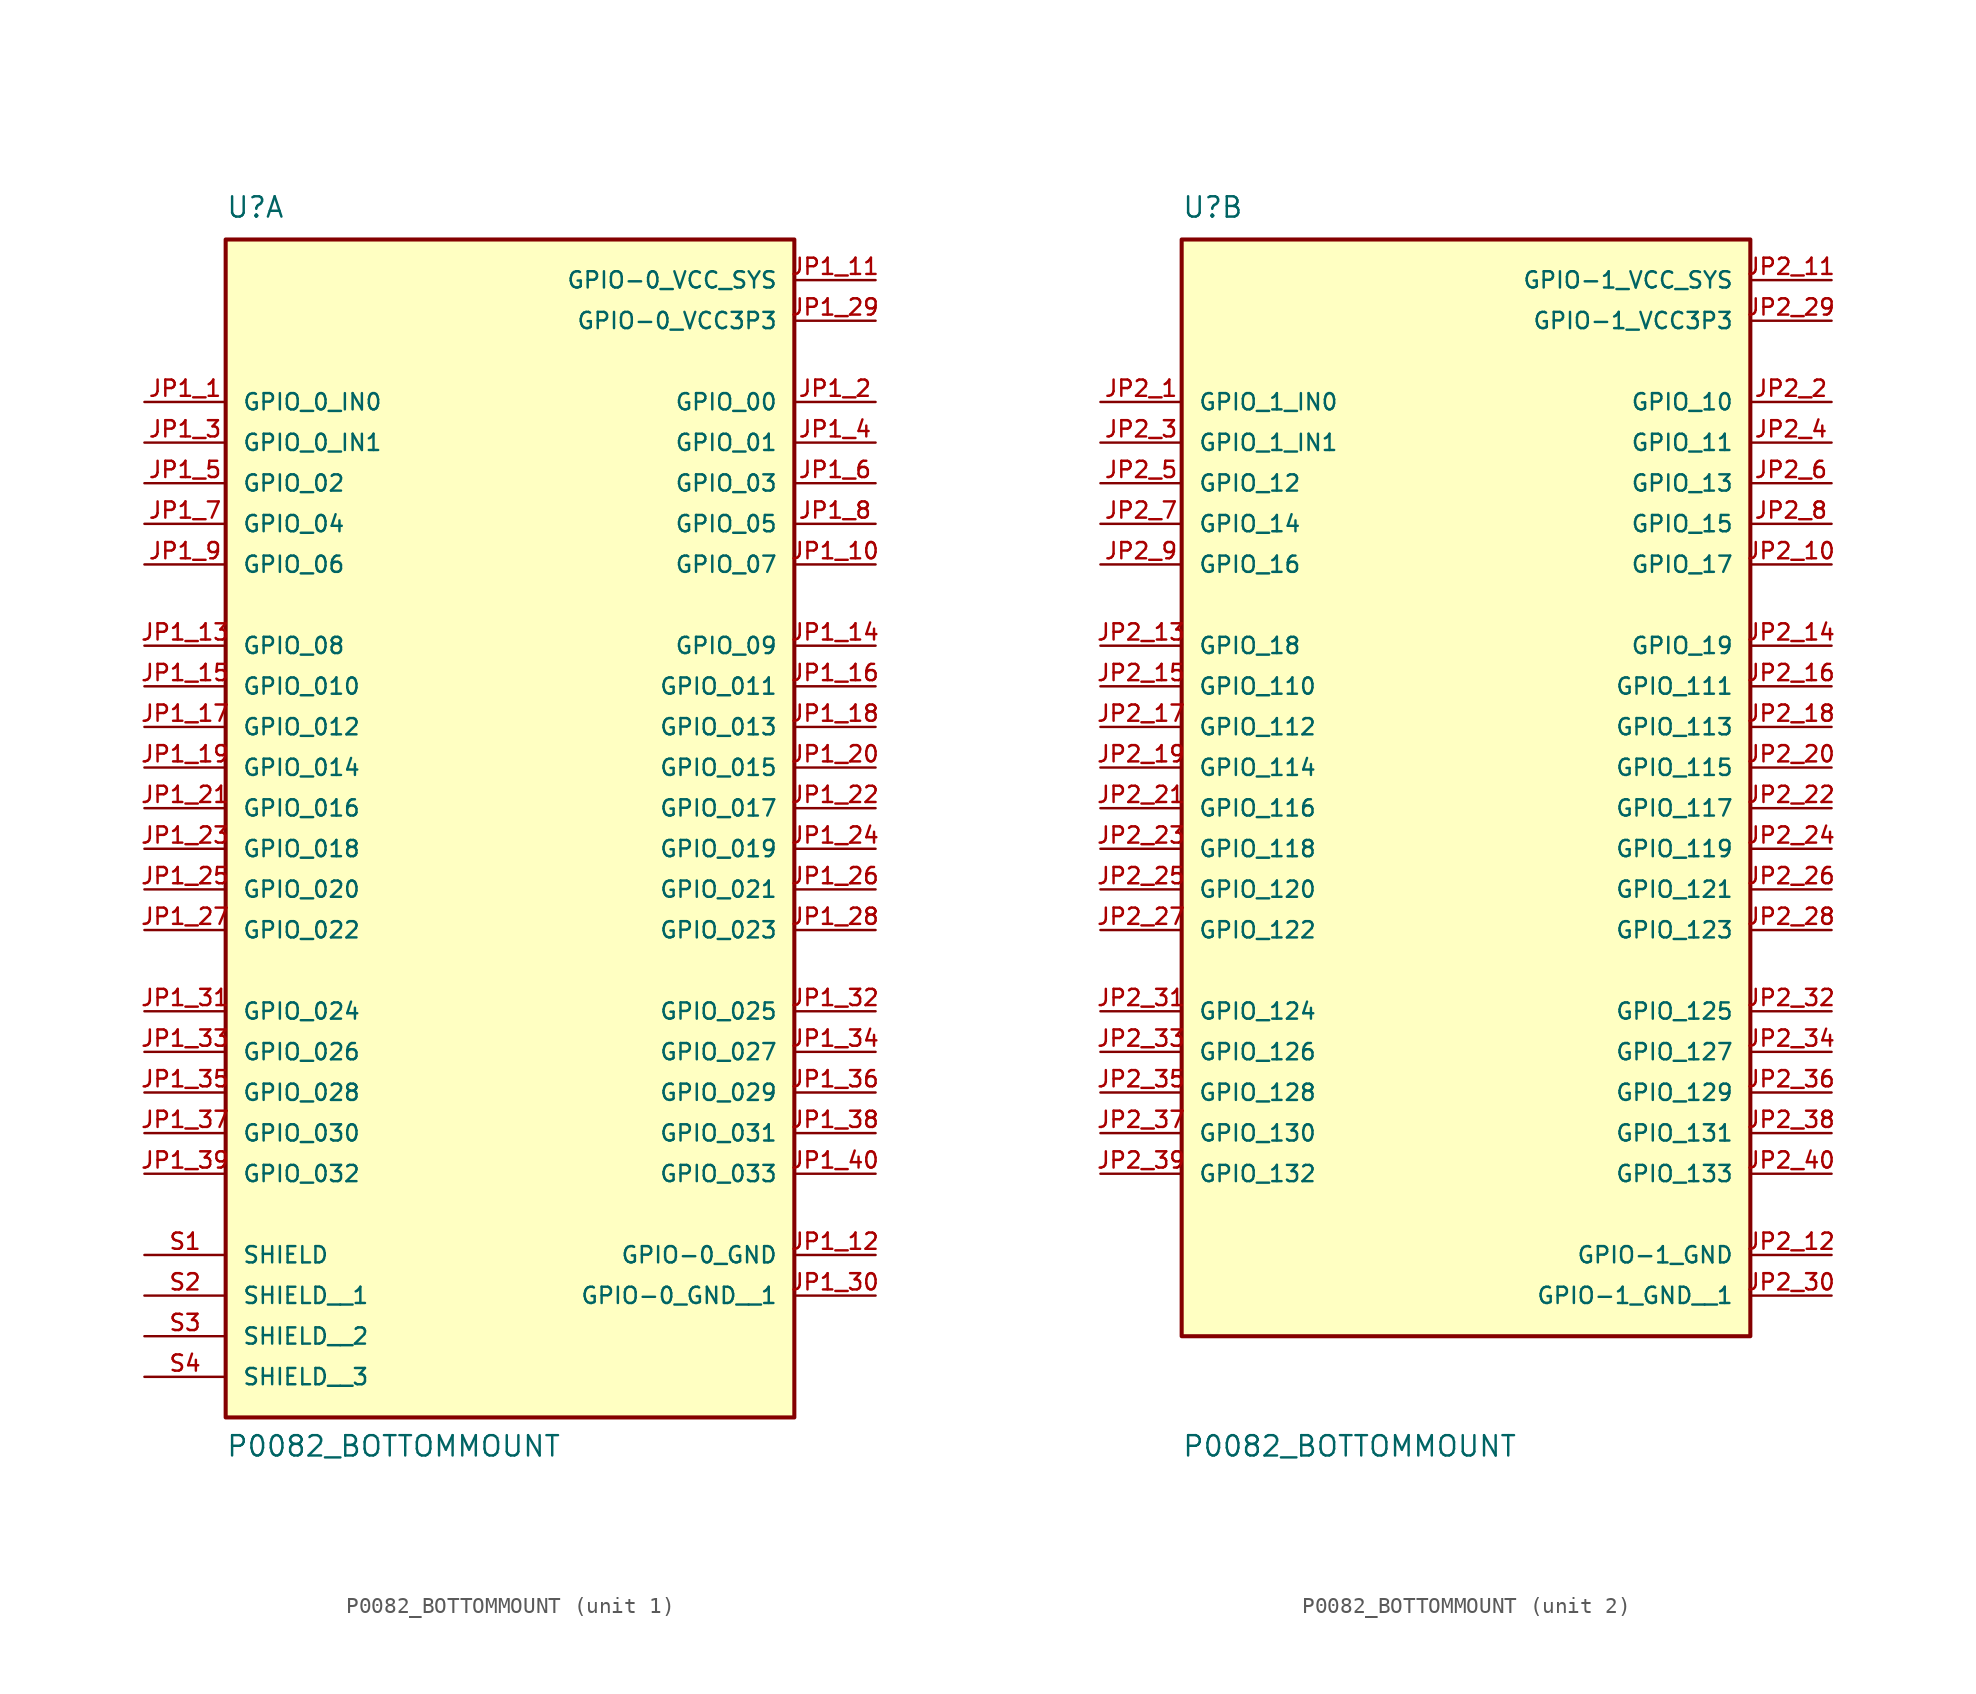
<source format=kicad_sym>
(kicad_symbol_lib
  (version 20211014)
  (generator kicad_symbol_editor)
  (symbol "P0082_BOTTOMMOUNT"
    (pin_names
      (offset 1.016))
    (property "Reference" "U"
      (at -17.78 34.29 0)
      (effects (font (size 1.27 1.27)) (justify bottom left)))
    (property "Value" "P0082_BOTTOMMOUNT"
      (at -17.78 -43.18 0)
      (effects (font (size 1.27 1.27)) (justify bottom left)))
    (symbol "P0082_BOTTOMMOUNT_1_0"
      (rectangle (start -17.78 -40.64) (end 17.78 33.02) (stroke (width 0.254)) (fill (type background)))
      (pin bidirectional line (at -22.86 22.86 0) (length 5.08) (name "GPIO_0_IN0" (effects (font (size 1.016 1.016)))) (number "JP1_1" (effects (font (size 1.016 1.016)))))
      (pin bidirectional line (at 22.86 22.86 180.0) (length 5.08) (name "GPIO_00" (effects (font (size 1.016 1.016)))) (number "JP1_2" (effects (font (size 1.016 1.016)))))
      (pin bidirectional line (at -22.86 20.32 0) (length 5.08) (name "GPIO_0_IN1" (effects (font (size 1.016 1.016)))) (number "JP1_3" (effects (font (size 1.016 1.016)))))
      (pin bidirectional line (at 22.86 20.32 180.0) (length 5.08) (name "GPIO_01" (effects (font (size 1.016 1.016)))) (number "JP1_4" (effects (font (size 1.016 1.016)))))
      (pin bidirectional line (at -22.86 17.78 0) (length 5.08) (name "GPIO_02" (effects (font (size 1.016 1.016)))) (number "JP1_5" (effects (font (size 1.016 1.016)))))
      (pin bidirectional line (at 22.86 17.78 180.0) (length 5.08) (name "GPIO_03" (effects (font (size 1.016 1.016)))) (number "JP1_6" (effects (font (size 1.016 1.016)))))
      (pin bidirectional line (at -22.86 15.24 0) (length 5.08) (name "GPIO_04" (effects (font (size 1.016 1.016)))) (number "JP1_7" (effects (font (size 1.016 1.016)))))
      (pin bidirectional line (at 22.86 15.24 180.0) (length 5.08) (name "GPIO_05" (effects (font (size 1.016 1.016)))) (number "JP1_8" (effects (font (size 1.016 1.016)))))
      (pin bidirectional line (at -22.86 12.7 0) (length 5.08) (name "GPIO_06" (effects (font (size 1.016 1.016)))) (number "JP1_9" (effects (font (size 1.016 1.016)))))
      (pin bidirectional line (at 22.86 12.7 180.0) (length 5.08) (name "GPIO_07" (effects (font (size 1.016 1.016)))) (number "JP1_10" (effects (font (size 1.016 1.016)))))
      (pin bidirectional line (at -22.86 7.62 0) (length 5.08) (name "GPIO_08" (effects (font (size 1.016 1.016)))) (number "JP1_13" (effects (font (size 1.016 1.016)))))
      (pin bidirectional line (at 22.86 7.62 180.0) (length 5.08) (name "GPIO_09" (effects (font (size 1.016 1.016)))) (number "JP1_14" (effects (font (size 1.016 1.016)))))
      (pin bidirectional line (at -22.86 5.08 0) (length 5.08) (name "GPIO_010" (effects (font (size 1.016 1.016)))) (number "JP1_15" (effects (font (size 1.016 1.016)))))
      (pin power_in line (at 22.86 30.48 180.0) (length 5.08) (name "GPIO-0_VCC_SYS" (effects (font (size 1.016 1.016)))) (number "JP1_11" (effects (font (size 1.016 1.016)))))
      (pin power_in line (at 22.86 27.94 180.0) (length 5.08) (name "GPIO-0_VCC3P3" (effects (font (size 1.016 1.016)))) (number "JP1_29" (effects (font (size 1.016 1.016)))))
      (pin power_in line (at 22.86 -30.48 180.0) (length 5.08) (name "GPIO-0_GND" (effects (font (size 1.016 1.016)))) (number "JP1_12" (effects (font (size 1.016 1.016)))))
      (pin bidirectional line (at 22.86 5.08 180.0) (length 5.08) (name "GPIO_011" (effects (font (size 1.016 1.016)))) (number "JP1_16" (effects (font (size 1.016 1.016)))))
      (pin bidirectional line (at -22.86 2.54 0) (length 5.08) (name "GPIO_012" (effects (font (size 1.016 1.016)))) (number "JP1_17" (effects (font (size 1.016 1.016)))))
      (pin bidirectional line (at 22.86 2.54 180.0) (length 5.08) (name "GPIO_013" (effects (font (size 1.016 1.016)))) (number "JP1_18" (effects (font (size 1.016 1.016)))))
      (pin bidirectional line (at -22.86 0.0 0) (length 5.08) (name "GPIO_014" (effects (font (size 1.016 1.016)))) (number "JP1_19" (effects (font (size 1.016 1.016)))))
      (pin bidirectional line (at 22.86 0.0 180.0) (length 5.08) (name "GPIO_015" (effects (font (size 1.016 1.016)))) (number "JP1_20" (effects (font (size 1.016 1.016)))))
      (pin bidirectional line (at -22.86 -2.54 0) (length 5.08) (name "GPIO_016" (effects (font (size 1.016 1.016)))) (number "JP1_21" (effects (font (size 1.016 1.016)))))
      (pin bidirectional line (at 22.86 -2.54 180.0) (length 5.08) (name "GPIO_017" (effects (font (size 1.016 1.016)))) (number "JP1_22" (effects (font (size 1.016 1.016)))))
      (pin bidirectional line (at -22.86 -5.08 0) (length 5.08) (name "GPIO_018" (effects (font (size 1.016 1.016)))) (number "JP1_23" (effects (font (size 1.016 1.016)))))
      (pin bidirectional line (at 22.86 -5.08 180.0) (length 5.08) (name "GPIO_019" (effects (font (size 1.016 1.016)))) (number "JP1_24" (effects (font (size 1.016 1.016)))))
      (pin bidirectional line (at -22.86 -7.62 0) (length 5.08) (name "GPIO_020" (effects (font (size 1.016 1.016)))) (number "JP1_25" (effects (font (size 1.016 1.016)))))
      (pin bidirectional line (at 22.86 -7.62 180.0) (length 5.08) (name "GPIO_021" (effects (font (size 1.016 1.016)))) (number "JP1_26" (effects (font (size 1.016 1.016)))))
      (pin bidirectional line (at -22.86 -10.16 0) (length 5.08) (name "GPIO_022" (effects (font (size 1.016 1.016)))) (number "JP1_27" (effects (font (size 1.016 1.016)))))
      (pin bidirectional line (at 22.86 -10.16 180.0) (length 5.08) (name "GPIO_023" (effects (font (size 1.016 1.016)))) (number "JP1_28" (effects (font (size 1.016 1.016)))))
      (pin bidirectional line (at -22.86 -15.24 0) (length 5.08) (name "GPIO_024" (effects (font (size 1.016 1.016)))) (number "JP1_31" (effects (font (size 1.016 1.016)))))
      (pin bidirectional line (at 22.86 -15.24 180.0) (length 5.08) (name "GPIO_025" (effects (font (size 1.016 1.016)))) (number "JP1_32" (effects (font (size 1.016 1.016)))))
      (pin bidirectional line (at -22.86 -17.78 0) (length 5.08) (name "GPIO_026" (effects (font (size 1.016 1.016)))) (number "JP1_33" (effects (font (size 1.016 1.016)))))
      (pin bidirectional line (at 22.86 -17.78 180.0) (length 5.08) (name "GPIO_027" (effects (font (size 1.016 1.016)))) (number "JP1_34" (effects (font (size 1.016 1.016)))))
      (pin bidirectional line (at -22.86 -20.32 0) (length 5.08) (name "GPIO_028" (effects (font (size 1.016 1.016)))) (number "JP1_35" (effects (font (size 1.016 1.016)))))
      (pin bidirectional line (at 22.86 -20.32 180.0) (length 5.08) (name "GPIO_029" (effects (font (size 1.016 1.016)))) (number "JP1_36" (effects (font (size 1.016 1.016)))))
      (pin bidirectional line (at -22.86 -22.86 0) (length 5.08) (name "GPIO_030" (effects (font (size 1.016 1.016)))) (number "JP1_37" (effects (font (size 1.016 1.016)))))
      (pin bidirectional line (at 22.86 -22.86 180.0) (length 5.08) (name "GPIO_031" (effects (font (size 1.016 1.016)))) (number "JP1_38" (effects (font (size 1.016 1.016)))))
      (pin bidirectional line (at -22.86 -25.4 0) (length 5.08) (name "GPIO_032" (effects (font (size 1.016 1.016)))) (number "JP1_39" (effects (font (size 1.016 1.016)))))
      (pin bidirectional line (at 22.86 -25.4 180.0) (length 5.08) (name "GPIO_033" (effects (font (size 1.016 1.016)))) (number "JP1_40" (effects (font (size 1.016 1.016)))))
      (pin passive line (at -22.86 -30.48 0) (length 5.08) (name "SHIELD" (effects (font (size 1.016 1.016)))) (number "S1" (effects (font (size 1.016 1.016)))))
      (pin passive line (at -22.86 -33.02 0) (length 5.08) (name "SHIELD__1" (effects (font (size 1.016 1.016)))) (number "S2" (effects (font (size 1.016 1.016)))))
      (pin passive line (at -22.86 -35.56 0) (length 5.08) (name "SHIELD__2" (effects (font (size 1.016 1.016)))) (number "S3" (effects (font (size 1.016 1.016)))))
      (pin passive line (at -22.86 -38.1 0) (length 5.08) (name "SHIELD__3" (effects (font (size 1.016 1.016)))) (number "S4" (effects (font (size 1.016 1.016)))))
      (pin power_in line (at 22.86 -33.02 180.0) (length 5.08) (name "GPIO-0_GND__1" (effects (font (size 1.016 1.016)))) (number "JP1_30" (effects (font (size 1.016 1.016))))))
    (symbol "P0082_BOTTOMMOUNT_2_0"
      (rectangle (start -17.78 -35.56) (end 17.78 33.02) (stroke (width 0.254)) (fill (type background)))
      (pin bidirectional line (at -22.86 22.86 0) (length 5.08) (name "GPIO_1_IN0" (effects (font (size 1.016 1.016)))) (number "JP2_1" (effects (font (size 1.016 1.016)))))
      (pin bidirectional line (at 22.86 22.86 180.0) (length 5.08) (name "GPIO_10" (effects (font (size 1.016 1.016)))) (number "JP2_2" (effects (font (size 1.016 1.016)))))
      (pin bidirectional line (at -22.86 20.32 0) (length 5.08) (name "GPIO_1_IN1" (effects (font (size 1.016 1.016)))) (number "JP2_3" (effects (font (size 1.016 1.016)))))
      (pin power_in line (at 22.86 30.48 180.0) (length 5.08) (name "GPIO-1_VCC_SYS" (effects (font (size 1.016 1.016)))) (number "JP2_11" (effects (font (size 1.016 1.016)))))
      (pin power_in line (at 22.86 27.94 180.0) (length 5.08) (name "GPIO-1_VCC3P3" (effects (font (size 1.016 1.016)))) (number "JP2_29" (effects (font (size 1.016 1.016)))))
      (pin power_in line (at 22.86 -30.48 180.0) (length 5.08) (name "GPIO-1_GND" (effects (font (size 1.016 1.016)))) (number "JP2_12" (effects (font (size 1.016 1.016)))))
      (pin bidirectional line (at 22.86 20.32 180.0) (length 5.08) (name "GPIO_11" (effects (font (size 1.016 1.016)))) (number "JP2_4" (effects (font (size 1.016 1.016)))))
      (pin bidirectional line (at -22.86 17.78 0) (length 5.08) (name "GPIO_12" (effects (font (size 1.016 1.016)))) (number "JP2_5" (effects (font (size 1.016 1.016)))))
      (pin bidirectional line (at 22.86 17.78 180.0) (length 5.08) (name "GPIO_13" (effects (font (size 1.016 1.016)))) (number "JP2_6" (effects (font (size 1.016 1.016)))))
      (pin bidirectional line (at -22.86 15.24 0) (length 5.08) (name "GPIO_14" (effects (font (size 1.016 1.016)))) (number "JP2_7" (effects (font (size 1.016 1.016)))))
      (pin bidirectional line (at 22.86 15.24 180.0) (length 5.08) (name "GPIO_15" (effects (font (size 1.016 1.016)))) (number "JP2_8" (effects (font (size 1.016 1.016)))))
      (pin bidirectional line (at -22.86 12.7 0) (length 5.08) (name "GPIO_16" (effects (font (size 1.016 1.016)))) (number "JP2_9" (effects (font (size 1.016 1.016)))))
      (pin bidirectional line (at 22.86 12.7 180.0) (length 5.08) (name "GPIO_17" (effects (font (size 1.016 1.016)))) (number "JP2_10" (effects (font (size 1.016 1.016)))))
      (pin bidirectional line (at -22.86 7.62 0) (length 5.08) (name "GPIO_18" (effects (font (size 1.016 1.016)))) (number "JP2_13" (effects (font (size 1.016 1.016)))))
      (pin bidirectional line (at 22.86 7.62 180.0) (length 5.08) (name "GPIO_19" (effects (font (size 1.016 1.016)))) (number "JP2_14" (effects (font (size 1.016 1.016)))))
      (pin bidirectional line (at -22.86 5.08 0) (length 5.08) (name "GPIO_110" (effects (font (size 1.016 1.016)))) (number "JP2_15" (effects (font (size 1.016 1.016)))))
      (pin bidirectional line (at 22.86 5.08 180.0) (length 5.08) (name "GPIO_111" (effects (font (size 1.016 1.016)))) (number "JP2_16" (effects (font (size 1.016 1.016)))))
      (pin bidirectional line (at -22.86 2.54 0) (length 5.08) (name "GPIO_112" (effects (font (size 1.016 1.016)))) (number "JP2_17" (effects (font (size 1.016 1.016)))))
      (pin bidirectional line (at 22.86 2.54 180.0) (length 5.08) (name "GPIO_113" (effects (font (size 1.016 1.016)))) (number "JP2_18" (effects (font (size 1.016 1.016)))))
      (pin bidirectional line (at -22.86 0.0 0) (length 5.08) (name "GPIO_114" (effects (font (size 1.016 1.016)))) (number "JP2_19" (effects (font (size 1.016 1.016)))))
      (pin bidirectional line (at 22.86 0.0 180.0) (length 5.08) (name "GPIO_115" (effects (font (size 1.016 1.016)))) (number "JP2_20" (effects (font (size 1.016 1.016)))))
      (pin bidirectional line (at -22.86 -2.54 0) (length 5.08) (name "GPIO_116" (effects (font (size 1.016 1.016)))) (number "JP2_21" (effects (font (size 1.016 1.016)))))
      (pin bidirectional line (at 22.86 -2.54 180.0) (length 5.08) (name "GPIO_117" (effects (font (size 1.016 1.016)))) (number "JP2_22" (effects (font (size 1.016 1.016)))))
      (pin bidirectional line (at -22.86 -5.08 0) (length 5.08) (name "GPIO_118" (effects (font (size 1.016 1.016)))) (number "JP2_23" (effects (font (size 1.016 1.016)))))
      (pin bidirectional line (at 22.86 -5.08 180.0) (length 5.08) (name "GPIO_119" (effects (font (size 1.016 1.016)))) (number "JP2_24" (effects (font (size 1.016 1.016)))))
      (pin bidirectional line (at -22.86 -7.62 0) (length 5.08) (name "GPIO_120" (effects (font (size 1.016 1.016)))) (number "JP2_25" (effects (font (size 1.016 1.016)))))
      (pin bidirectional line (at 22.86 -7.62 180.0) (length 5.08) (name "GPIO_121" (effects (font (size 1.016 1.016)))) (number "JP2_26" (effects (font (size 1.016 1.016)))))
      (pin bidirectional line (at -22.86 -10.16 0) (length 5.08) (name "GPIO_122" (effects (font (size 1.016 1.016)))) (number "JP2_27" (effects (font (size 1.016 1.016)))))
      (pin bidirectional line (at 22.86 -10.16 180.0) (length 5.08) (name "GPIO_123" (effects (font (size 1.016 1.016)))) (number "JP2_28" (effects (font (size 1.016 1.016)))))
      (pin bidirectional line (at -22.86 -15.24 0) (length 5.08) (name "GPIO_124" (effects (font (size 1.016 1.016)))) (number "JP2_31" (effects (font (size 1.016 1.016)))))
      (pin bidirectional line (at 22.86 -15.24 180.0) (length 5.08) (name "GPIO_125" (effects (font (size 1.016 1.016)))) (number "JP2_32" (effects (font (size 1.016 1.016)))))
      (pin bidirectional line (at -22.86 -17.78 0) (length 5.08) (name "GPIO_126" (effects (font (size 1.016 1.016)))) (number "JP2_33" (effects (font (size 1.016 1.016)))))
      (pin bidirectional line (at 22.86 -17.78 180.0) (length 5.08) (name "GPIO_127" (effects (font (size 1.016 1.016)))) (number "JP2_34" (effects (font (size 1.016 1.016)))))
      (pin bidirectional line (at -22.86 -20.32 0) (length 5.08) (name "GPIO_128" (effects (font (size 1.016 1.016)))) (number "JP2_35" (effects (font (size 1.016 1.016)))))
      (pin bidirectional line (at 22.86 -20.32 180.0) (length 5.08) (name "GPIO_129" (effects (font (size 1.016 1.016)))) (number "JP2_36" (effects (font (size 1.016 1.016)))))
      (pin bidirectional line (at -22.86 -22.86 0) (length 5.08) (name "GPIO_130" (effects (font (size 1.016 1.016)))) (number "JP2_37" (effects (font (size 1.016 1.016)))))
      (pin bidirectional line (at 22.86 -22.86 180.0) (length 5.08) (name "GPIO_131" (effects (font (size 1.016 1.016)))) (number "JP2_38" (effects (font (size 1.016 1.016)))))
      (pin bidirectional line (at -22.86 -25.4 0) (length 5.08) (name "GPIO_132" (effects (font (size 1.016 1.016)))) (number "JP2_39" (effects (font (size 1.016 1.016)))))
      (pin bidirectional line (at 22.86 -25.4 180.0) (length 5.08) (name "GPIO_133" (effects (font (size 1.016 1.016)))) (number "JP2_40" (effects (font (size 1.016 1.016)))))
      (pin power_in line (at 22.86 -33.02 180.0) (length 5.08) (name "GPIO-1_GND__1" (effects (font (size 1.016 1.016)))) (number "JP2_30" (effects (font (size 1.016 1.016))))))))
</source>
